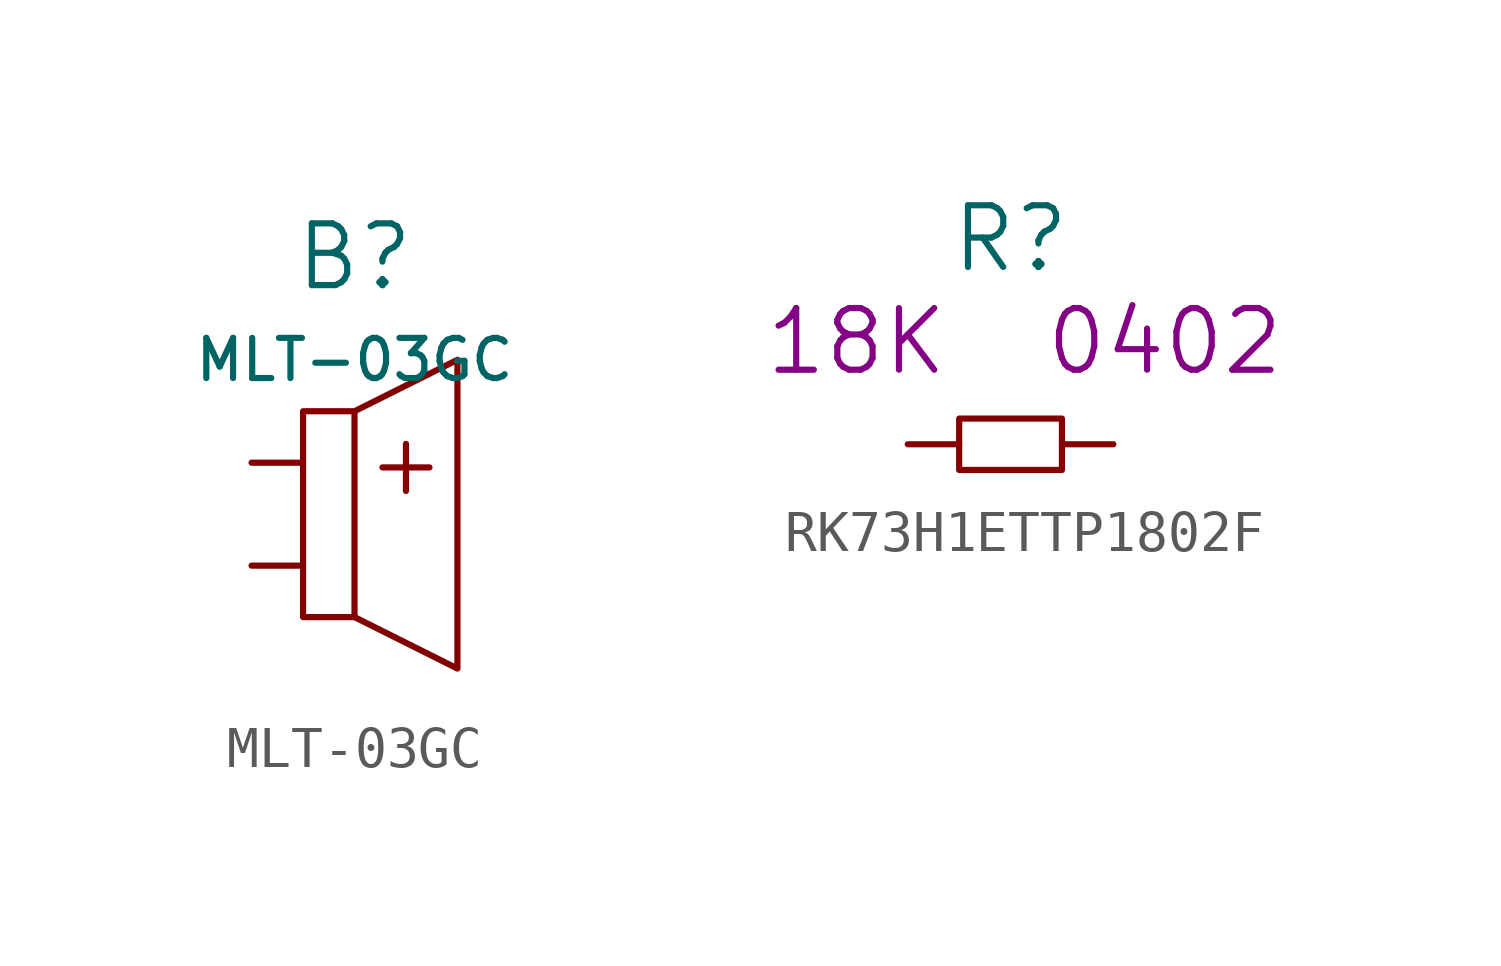
<source format=kicad_sym>
(kicad_symbol_lib
  (version 20220914)
  (generator kicad_symbol_editor)
  (symbol "MLT-03GC"
    (pin_numbers hide)
    (pin_names
      (offset 1.016) hide)
    (property "Reference" "B"
      (at 2.54 7.62 0)
      (effects (font (size 1.524 1.524))))
    (property "Value" "MLT-03GC"
      (at 2.54 5.08 0)
      (effects (font (size 0.991 0.991))))
    (property "Datasheet" ""
      (at 2.54 2.54 0)
      (effects (font (size 1.524 1.524))))
    (symbol "MLT-03GC_0_0"
      (text "+" (at 3.81 2.54 0) (effects (font (size 1.524 1.524)))))
    (symbol "MLT-03GC_0_1"
      (polyline (pts (xy 2.54 3.81) (xy 5.08 5.08) (xy 5.08 -2.54) (xy 2.54 -1.27)) (stroke (width 0) (type solid)) (fill (type none)))
      (rectangle (start 1.27 3.81) (end 2.54 -1.27) (stroke (width 0) (type solid)) (fill (type none))))
    (symbol "MLT-03GC_1_1"
      (pin passive line (at 0 2.54 0) (length 1.27) (name "1" (effects (font (size 1.27 1.27)))) (number "1" (effects (font (size 1.27 1.27)))))
      (pin passive line (at 0 0 0) (length 1.27) (name "2" (effects (font (size 1.27 1.27)))) (number "2" (effects (font (size 1.27 1.27)))))))
  (symbol "RK73H1ETTP1802F"
    (pin_numbers hide)
    (pin_names
      (offset 1.016) hide)
    (property "Reference" "R"
      (at 0 5.08 0)
      (effects (font (size 1.524 1.524))))
    (property "Datasheet" ""
      (at 0 0 0)
      (effects (font (size 1.524 1.524))))
    (property "Value2" "18K"
      (at -3.81 2.54 0)
      (effects (font (size 1.524 1.524))))
    (property "Size" "0402"
      (at 3.81 2.54 0)
      (effects (font (size 1.524 1.524))))
    (symbol "RK73H1ETTP1802F_0_1"
      (rectangle (start -1.27 0.635) (end 1.27 -0.635) (stroke (width 0) (type solid)) (fill (type none))))
    (symbol "RK73H1ETTP1802F_1_1"
      (pin passive line (at -2.54 0 0) (length 1.27) (name "1" (effects (font (size 1.27 1.27)))) (number "1" (effects (font (size 1.27 1.27)))))
      (pin passive line (at 2.54 0 180) (length 1.27) (name "2" (effects (font (size 1.27 1.27)))) (number "2" (effects (font (size 1.27 1.27))))))))
</source>
